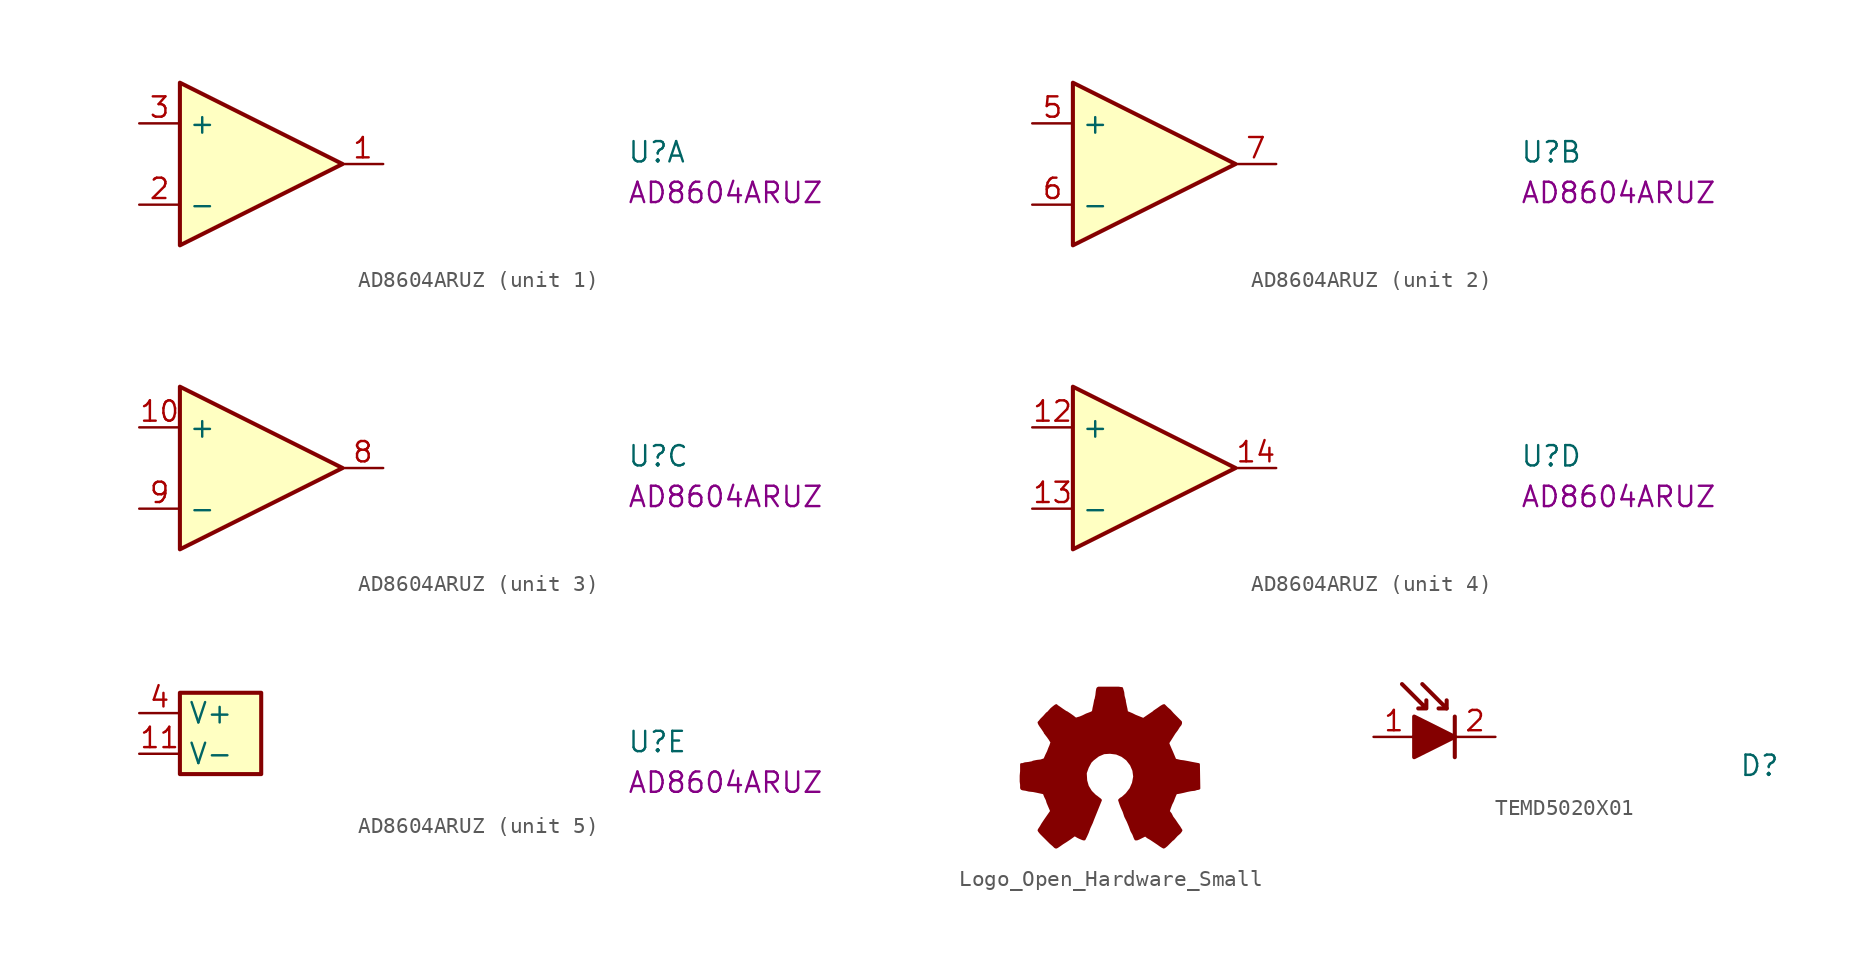
<source format=kicad_sym>
(kicad_symbol_lib
  (version 20211014)
  (generator kicad_symbol_editor)
  (symbol "AD8604ARUZ"
    (property "Reference" "U"
      (at 30.48 -2.54 0)
      (effects (font (size 1.27 1.27) (thickness 0.15)) (justify left bottom)))
    (property "MPN" "AD8604ARUZ"
      (at 30.48 -5.08 0)
      (effects (font (size 1.27 1.27) (thickness 0.15)) (justify left bottom)))
    (property "ki_locked" ""
      (at 0 0 0)
      (effects (font (size 1.27 1.27))))
    (symbol "AD8604ARUZ_1_1"
      (polyline (pts (xy 2.54 2.54) (xy 12.7 -2.54) (xy 2.54 -7.62) (xy 2.54 2.54)) (stroke (width 0.254) (type default) (color 0 0 0 0)) (fill (type background)))
      (pin output line (at 15.24 -2.54 180) (length 2.54) (name "~" (effects (font (size 1.27 1.27)))) (number "1" (effects (font (size 1.27 1.27)))))
      (pin input line (at 0 -5.08 0) (length 2.54) (name "-" (effects (font (size 1.27 1.27)))) (number "2" (effects (font (size 1.27 1.27)))))
      (pin input line (at 0 0 0) (length 2.54) (name "+" (effects (font (size 1.27 1.27)))) (number "3" (effects (font (size 1.27 1.27))))))
    (symbol "AD8604ARUZ_2_1"
      (polyline (pts (xy 2.54 2.54) (xy 12.7 -2.54) (xy 2.54 -7.62) (xy 2.54 2.54)) (stroke (width 0.254) (type default) (color 0 0 0 0)) (fill (type background)))
      (pin input line (at 0 0 0) (length 2.54) (name "+" (effects (font (size 1.27 1.27)))) (number "5" (effects (font (size 1.27 1.27)))))
      (pin input line (at 0 -5.08 0) (length 2.54) (name "-" (effects (font (size 1.27 1.27)))) (number "6" (effects (font (size 1.27 1.27)))))
      (pin output line (at 15.24 -2.54 180) (length 2.54) (name "~" (effects (font (size 1.27 1.27)))) (number "7" (effects (font (size 1.27 1.27))))))
    (symbol "AD8604ARUZ_3_1"
      (polyline (pts (xy 2.54 2.54) (xy 12.7 -2.54) (xy 2.54 -7.62) (xy 2.54 2.54)) (stroke (width 0.254) (type default) (color 0 0 0 0)) (fill (type background)))
      (pin input line (at 0 0 0) (length 2.54) (name "+" (effects (font (size 1.27 1.27)))) (number "10" (effects (font (size 1.27 1.27)))))
      (pin output line (at 15.24 -2.54 180) (length 2.54) (name "~" (effects (font (size 1.27 1.27)))) (number "8" (effects (font (size 1.27 1.27)))))
      (pin input line (at 0 -5.08 0) (length 2.54) (name "-" (effects (font (size 1.27 1.27)))) (number "9" (effects (font (size 1.27 1.27))))))
    (symbol "AD8604ARUZ_4_1"
      (polyline (pts (xy 2.54 2.54) (xy 12.7 -2.54) (xy 2.54 -7.62) (xy 2.54 2.54)) (stroke (width 0.254) (type default) (color 0 0 0 0)) (fill (type background)))
      (pin input line (at 0 0 0) (length 2.54) (name "+" (effects (font (size 1.27 1.27)))) (number "12" (effects (font (size 1.27 1.27)))))
      (pin input line (at 0 -5.08 0) (length 2.54) (name "-" (effects (font (size 1.27 1.27)))) (number "13" (effects (font (size 1.27 1.27)))))
      (pin output line (at 15.24 -2.54 180) (length 2.54) (name "~" (effects (font (size 1.27 1.27)))) (number "14" (effects (font (size 1.27 1.27))))))
    (symbol "AD8604ARUZ_5_1"
      (rectangle (start 2.54 1.27) (end 7.62 -3.81) (stroke (width 0.254) (type default) (color 0 0 0 0)) (fill (type background)))
      (pin power_in line (at 0 -2.54 0) (length 2.54) (name "V-" (effects (font (size 1.27 1.27)))) (number "11" (effects (font (size 1.27 1.27)))))
      (pin power_in line (at 0 0 0) (length 2.54) (name "V+" (effects (font (size 1.27 1.27)))) (number "4" (effects (font (size 1.27 1.27)))))))
  (symbol "ir-irradiance-probe:Logo_Open_Hardware_Small"
    (pin_names
      (offset 1.016))
    (property "Reference" "#LOGO"
      (at 0 6.985 0)
      (effects (font (size 1.27 1.27)) hide))
    (symbol "Logo_Open_Hardware_Small_0_1"
      (polyline (pts (xy 3.353 -4.343) (xy 3.302 -4.318) (xy 3.175 -4.242) (xy 2.997 -4.115) (xy 2.769 -3.962) (xy 2.54 -3.81) (xy 2.362 -3.708) (xy 2.235 -3.607) (xy 2.184 -3.581) (xy 2.159 -3.607) (xy 2.057 -3.658) (xy 1.905 -3.734) (xy 1.803 -3.785) (xy 1.676 -3.835) (xy 1.6 -3.835) (xy 1.6 -3.835) (xy 1.549 -3.734) (xy 1.473 -3.531) (xy 1.346 -3.302) (xy 1.245 -3.023) (xy 1.118 -2.718) (xy 0.965 -2.413) (xy 0.864 -2.108) (xy 0.737 -1.829) (xy 0.66 -1.626) (xy 0.61 -1.473) (xy 0.584 -1.397) (xy 0.584 -1.397) (xy 0.66 -1.321) (xy 0.787 -1.245) (xy 1.041 -1.016) (xy 1.295 -0.686) (xy 1.448 -0.33) (xy 1.524 0.076) (xy 1.473 0.457) (xy 1.321 0.813) (xy 1.067 1.143) (xy 0.762 1.372) (xy 0.406 1.524) (xy 0 1.575) (xy -0.381 1.549) (xy -0.737 1.397) (xy -1.067 1.143) (xy -1.219 0.991) (xy -1.397 0.66) (xy -1.524 0.305) (xy -1.524 0.229) (xy -1.499 -0.178) (xy -1.397 -0.533) (xy -1.194 -0.864) (xy -0.914 -1.143) (xy -0.864 -1.168) (xy -0.737 -1.27) (xy -0.635 -1.346) (xy -0.584 -1.397) (xy -1.067 -2.591) (xy -1.143 -2.794) (xy -1.295 -3.124) (xy -1.397 -3.404) (xy -1.499 -3.632) (xy -1.575 -3.785) (xy -1.6 -3.835) (xy -1.6 -3.835) (xy -1.651 -3.835) (xy -1.727 -3.81) (xy -1.905 -3.734) (xy -2.007 -3.683) (xy -2.134 -3.607) (xy -2.21 -3.581) (xy -2.261 -3.607) (xy -2.362 -3.683) (xy -2.54 -3.81) (xy -2.769 -3.962) (xy -2.972 -4.089) (xy -3.15 -4.216) (xy -3.302 -4.318) (xy -3.353 -4.343) (xy -3.378 -4.343) (xy -3.429 -4.318) (xy -3.531 -4.216) (xy -3.708 -4.064) (xy -3.937 -3.835) (xy -3.962 -3.81) (xy -4.166 -3.607) (xy -4.318 -3.454) (xy -4.42 -3.327) (xy -4.445 -3.277) (xy -4.445 -3.277) (xy -4.42 -3.226) (xy -4.318 -3.073) (xy -4.216 -2.896) (xy -4.064 -2.667) (xy -3.658 -2.083) (xy -3.886 -1.549) (xy -3.937 -1.372) (xy -4.039 -1.168) (xy -4.089 -1.041) (xy -4.115 -0.965) (xy -4.191 -0.94) (xy -4.318 -0.914) (xy -4.547 -0.864) (xy -4.801 -0.813) (xy -5.055 -0.787) (xy -5.258 -0.737) (xy -5.436 -0.711) (xy -5.512 -0.686) (xy -5.512 -0.686) (xy -5.537 -0.635) (xy -5.537 -0.559) (xy -5.537 -0.432) (xy -5.563 -0.229) (xy -5.563 0.076) (xy -5.563 0.127) (xy -5.537 0.406) (xy -5.537 0.635) (xy -5.537 0.762) (xy -5.537 0.838) (xy -5.537 0.838) (xy -5.461 0.838) (xy -5.309 0.889) (xy -5.08 0.914) (xy -4.826 0.965) (xy -4.801 0.991) (xy -4.547 1.041) (xy -4.318 1.067) (xy -4.166 1.118) (xy -4.089 1.143) (xy -4.089 1.143) (xy -4.039 1.245) (xy -3.962 1.422) (xy -3.861 1.626) (xy -3.785 1.829) (xy -3.708 2.007) (xy -3.658 2.159) (xy -3.632 2.21) (xy -3.632 2.21) (xy -3.683 2.286) (xy -3.759 2.413) (xy -3.886 2.591) (xy -4.064 2.819) (xy -4.064 2.845) (xy -4.216 3.073) (xy -4.343 3.251) (xy -4.42 3.378) (xy -4.445 3.454) (xy -4.445 3.454) (xy -4.394 3.505) (xy -4.293 3.632) (xy -4.115 3.81) (xy -3.937 4.013) (xy -3.861 4.064) (xy -3.658 4.293) (xy -3.505 4.42) (xy -3.404 4.496) (xy -3.353 4.521) (xy -3.353 4.521) (xy -3.302 4.47) (xy -3.15 4.369) (xy -2.972 4.242) (xy -2.743 4.089) (xy -2.718 4.089) (xy -2.489 3.937) (xy -2.311 3.81) (xy -2.184 3.708) (xy -2.134 3.683) (xy -2.108 3.683) (xy -2.032 3.708) (xy -1.854 3.759) (xy -1.676 3.835) (xy -1.473 3.937) (xy -1.27 4.013) (xy -1.143 4.064) (xy -1.067 4.115) (xy -1.067 4.115) (xy -1.041 4.191) (xy -1.016 4.343) (xy -0.965 4.572) (xy -0.914 4.851) (xy -0.889 4.902) (xy -0.838 5.156) (xy -0.813 5.385) (xy -0.787 5.537) (xy -0.762 5.588) (xy -0.711 5.613) (xy -0.584 5.613) (xy -0.406 5.613) (xy -0.152 5.613) (xy 0.076 5.613) (xy 0.33 5.613) (xy 0.533 5.613) (xy 0.686 5.588) (xy 0.737 5.588) (xy 0.737 5.588) (xy 0.762 5.512) (xy 0.813 5.334) (xy 0.838 5.105) (xy 0.914 4.826) (xy 0.914 4.775) (xy 0.965 4.521) (xy 1.016 4.293) (xy 1.041 4.14) (xy 1.067 4.089) (xy 1.067 4.089) (xy 1.194 4.039) (xy 1.372 3.962) (xy 1.575 3.861) (xy 2.083 3.658) (xy 2.718 4.089) (xy 2.769 4.14) (xy 2.997 4.293) (xy 3.175 4.42) (xy 3.302 4.496) (xy 3.378 4.521) (xy 3.378 4.521) (xy 3.429 4.47) (xy 3.556 4.343) (xy 3.734 4.191) (xy 3.912 3.988) (xy 4.064 3.835) (xy 4.242 3.658) (xy 4.343 3.556) (xy 4.42 3.48) (xy 4.42 3.429) (xy 4.42 3.404) (xy 4.394 3.327) (xy 4.293 3.2) (xy 4.166 2.997) (xy 4.013 2.794) (xy 3.886 2.591) (xy 3.759 2.388) (xy 3.658 2.235) (xy 3.632 2.159) (xy 3.632 2.134) (xy 3.683 2.007) (xy 3.759 1.829) (xy 3.861 1.6) (xy 4.064 1.118) (xy 4.394 1.041) (xy 4.597 1.016) (xy 4.877 0.965) (xy 5.131 0.914) (xy 5.537 0.838) (xy 5.563 -0.66) (xy 5.486 -0.686) (xy 5.436 -0.686) (xy 5.283 -0.737) (xy 5.055 -0.762) (xy 4.801 -0.813) (xy 4.597 -0.864) (xy 4.369 -0.914) (xy 4.216 -0.94) (xy 4.14 -0.94) (xy 4.115 -0.965) (xy 4.064 -1.067) (xy 3.988 -1.245) (xy 3.912 -1.448) (xy 3.81 -1.651) (xy 3.734 -1.854) (xy 3.683 -2.007) (xy 3.658 -2.083) (xy 3.683 -2.134) (xy 3.785 -2.261) (xy 3.886 -2.464) (xy 4.039 -2.667) (xy 4.191 -2.896) (xy 4.318 -3.073) (xy 4.394 -3.2) (xy 4.445 -3.277) (xy 4.42 -3.327) (xy 4.343 -3.429) (xy 4.166 -3.581) (xy 3.937 -3.835) (xy 3.886 -3.861) (xy 3.683 -4.064) (xy 3.531 -4.216) (xy 3.404 -4.318) (xy 3.353 -4.343)) (stroke (width 0) (type default) (color 0 0 0 0)) (fill (type outline)))))
  (symbol "TEMD5020X01"
    (pin_names hide)
    (property "Reference" "D"
      (at 22.86 -2.54 0)
      (effects (font (size 1.27 1.27) (thickness 0.15)) (justify left bottom)))
    (symbol "TEMD5020X01_1_1"
      (polyline (pts (xy 2.54 0) (xy 5.08 0)) (stroke (width 0.254) (type default) (color 0 0 0 0)) (fill (type none)))
      (polyline (pts (xy 4.572 1.778) (xy 4.064 1.778)) (stroke (width 0.254) (type default) (color 0 0 0 0)) (fill (type none)))
      (polyline (pts (xy 5.08 1.27) (xy 5.08 -1.27)) (stroke (width 0.254) (type default) (color 0 0 0 0)) (fill (type none)))
      (polyline (pts (xy 3.048 3.302) (xy 4.572 1.778) (xy 4.572 2.286)) (stroke (width 0.254) (type default) (color 0 0 0 0)) (fill (type none)))
      (polyline (pts (xy 2.54 -1.27) (xy 2.54 1.27) (xy 5.08 0) (xy 2.54 -1.27)) (stroke (width 0.254) (type default) (color 0 0 0 0)) (fill (type outline)))
      (polyline (pts (xy 1.778 3.302) (xy 3.302 1.778) (xy 3.302 2.286) (xy 3.302 1.778) (xy 2.794 1.778)) (stroke (width 0.254) (type default) (color 0 0 0 0)) (fill (type none)))
      (pin input line (at 0 0 0) (length 2.54) (name "1" (effects (font (size 1.27 1.27)))) (number "1" (effects (font (size 1.27 1.27)))))
      (pin output line (at 7.62 0 180) (length 2.54) (name "2" (effects (font (size 1.27 1.27)))) (number "2" (effects (font (size 1.27 1.27))))))))
</source>
